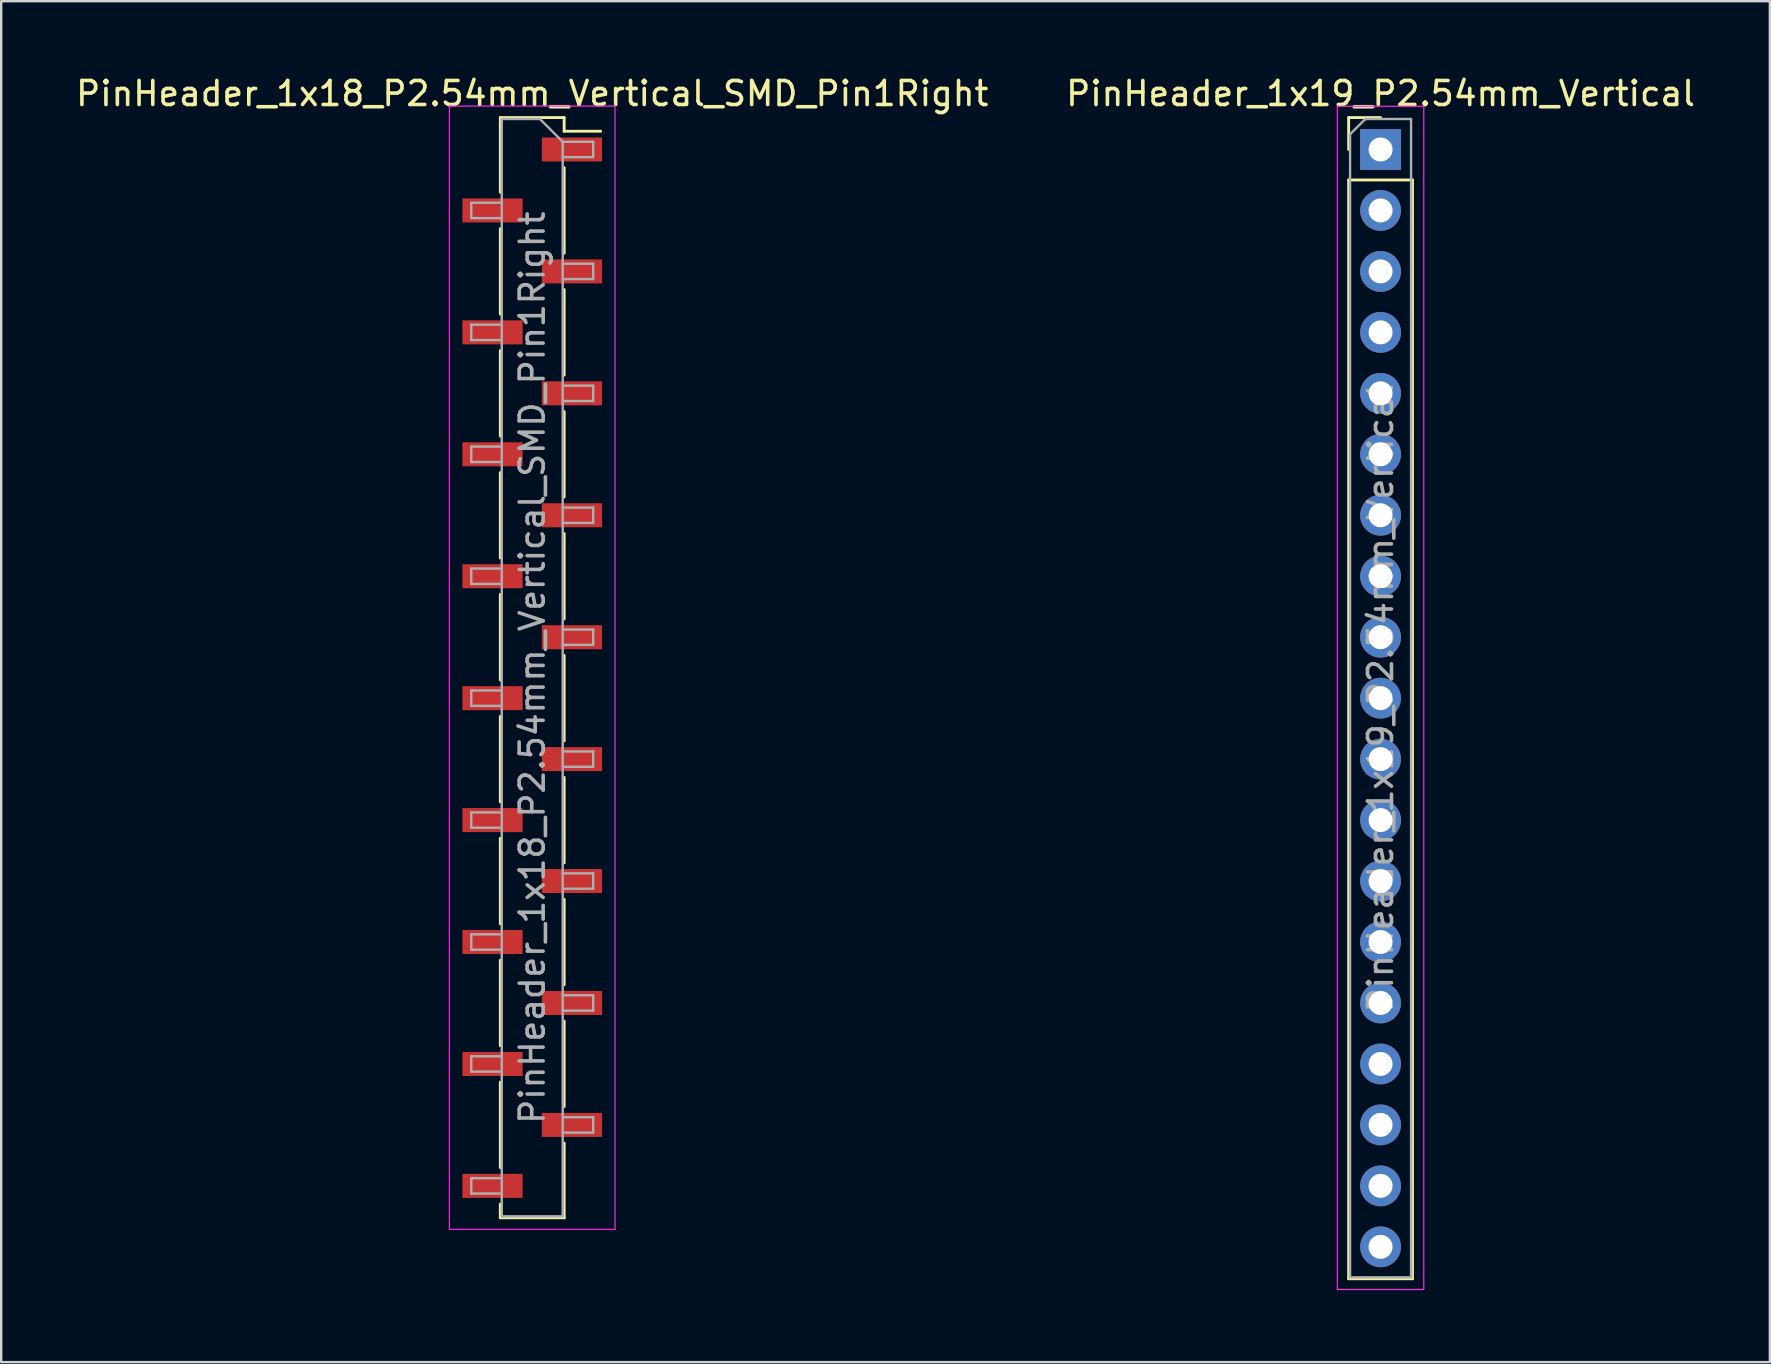
<source format=kicad_pcb>
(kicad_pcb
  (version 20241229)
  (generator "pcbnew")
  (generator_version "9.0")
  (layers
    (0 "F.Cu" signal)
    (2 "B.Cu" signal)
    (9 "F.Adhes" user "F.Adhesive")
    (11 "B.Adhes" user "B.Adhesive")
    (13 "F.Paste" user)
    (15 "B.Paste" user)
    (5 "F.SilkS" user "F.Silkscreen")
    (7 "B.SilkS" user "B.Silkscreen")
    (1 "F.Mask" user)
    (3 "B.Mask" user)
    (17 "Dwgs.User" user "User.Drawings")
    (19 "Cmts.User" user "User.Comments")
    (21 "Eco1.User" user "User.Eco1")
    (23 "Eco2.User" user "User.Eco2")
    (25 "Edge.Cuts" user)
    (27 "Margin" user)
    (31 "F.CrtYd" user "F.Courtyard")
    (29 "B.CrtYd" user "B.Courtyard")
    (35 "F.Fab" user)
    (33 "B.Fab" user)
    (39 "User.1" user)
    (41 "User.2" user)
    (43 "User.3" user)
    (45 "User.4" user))
  (footprint "PinHeader_1x19_P2.54mm_Vertical"
    (layer "F.Cu")
    (at 54.47 3.178)
    (property "Reference" "PinHeader_1x19_P2.54mm_Vertical" (at 0 -2.33 0) (layer "F.SilkS") (effects (font (size 1 1) (thickness 0.15))))
    (attr through_hole)
    (fp_line (start -1.33 -1.33) (end 0 -1.33) (stroke (width 0.12) (type solid)) (layer "F.SilkS"))
    (fp_line (start -1.33 0) (end -1.33 -1.33) (stroke (width 0.12) (type solid)) (layer "F.SilkS"))
    (fp_line (start -1.33 1.27) (end -1.33 47.05) (stroke (width 0.12) (type solid)) (layer "F.SilkS"))
    (fp_line (start -1.33 1.27) (end 1.33 1.27) (stroke (width 0.12) (type solid)) (layer "F.SilkS"))
    (fp_line (start -1.33 47.05) (end 1.33 47.05) (stroke (width 0.12) (type solid)) (layer "F.SilkS"))
    (fp_line (start 1.33 1.27) (end 1.33 47.05) (stroke (width 0.12) (type solid)) (layer "F.SilkS"))
    (fp_line (start -1.8 -1.8) (end -1.8 47.5) (stroke (width 0.05) (type solid)) (layer "F.CrtYd"))
    (fp_line (start -1.8 47.5) (end 1.8 47.5) (stroke (width 0.05) (type solid)) (layer "F.CrtYd"))
    (fp_line (start 1.8 -1.8) (end -1.8 -1.8) (stroke (width 0.05) (type solid)) (layer "F.CrtYd"))
    (fp_line (start 1.8 47.5) (end 1.8 -1.8) (stroke (width 0.05) (type solid)) (layer "F.CrtYd"))
    (fp_line (start -1.27 -0.635) (end -0.635 -1.27) (stroke (width 0.1) (type solid)) (layer "F.Fab"))
    (fp_line (start -1.27 46.99) (end -1.27 -0.635) (stroke (width 0.1) (type solid)) (layer "F.Fab"))
    (fp_line (start -0.635 -1.27) (end 1.27 -1.27) (stroke (width 0.1) (type solid)) (layer "F.Fab"))
    (fp_line (start 1.27 -1.27) (end 1.27 46.99) (stroke (width 0.1) (type solid)) (layer "F.Fab"))
    (fp_line (start 1.27 46.99) (end -1.27 46.99) (stroke (width 0.1) (type solid)) (layer "F.Fab"))
    (fp_text user "${REFERENCE}" (at 0 22.86 90) (layer "F.Fab") (effects (font (size 1 1) (thickness 0.15))))
    (pad "1" thru_hole rect (at 0 0) (size 1.7 1.7) (drill 1) (layers "*.Cu" "*.Mask"))
    (pad "2" thru_hole oval (at 0 2.54) (size 1.7 1.7) (drill 1) (layers "*.Cu" "*.Mask"))
    (pad "3" thru_hole oval (at 0 5.08) (size 1.7 1.7) (drill 1) (layers "*.Cu" "*.Mask"))
    (pad "4" thru_hole oval (at 0 7.62) (size 1.7 1.7) (drill 1) (layers "*.Cu" "*.Mask"))
    (pad "5" thru_hole oval (at 0 10.16) (size 1.7 1.7) (drill 1) (layers "*.Cu" "*.Mask"))
    (pad "6" thru_hole oval (at 0 12.7) (size 1.7 1.7) (drill 1) (layers "*.Cu" "*.Mask"))
    (pad "7" thru_hole oval (at 0 15.24) (size 1.7 1.7) (drill 1) (layers "*.Cu" "*.Mask"))
    (pad "8" thru_hole oval (at 0 17.78) (size 1.7 1.7) (drill 1) (layers "*.Cu" "*.Mask"))
    (pad "9" thru_hole oval (at 0 20.32) (size 1.7 1.7) (drill 1) (layers "*.Cu" "*.Mask"))
    (pad "10" thru_hole oval (at 0 22.86) (size 1.7 1.7) (drill 1) (layers "*.Cu" "*.Mask"))
    (pad "11" thru_hole oval (at 0 25.4) (size 1.7 1.7) (drill 1) (layers "*.Cu" "*.Mask"))
    (pad "12" thru_hole oval (at 0 27.94) (size 1.7 1.7) (drill 1) (layers "*.Cu" "*.Mask"))
    (pad "13" thru_hole oval (at 0 30.48) (size 1.7 1.7) (drill 1) (layers "*.Cu" "*.Mask"))
    (pad "14" thru_hole oval (at 0 33.02) (size 1.7 1.7) (drill 1) (layers "*.Cu" "*.Mask"))
    (pad "15" thru_hole oval (at 0 35.56) (size 1.7 1.7) (drill 1) (layers "*.Cu" "*.Mask"))
    (pad "16" thru_hole oval (at 0 38.1) (size 1.7 1.7) (drill 1) (layers "*.Cu" "*.Mask"))
    (pad "17" thru_hole oval (at 0 40.64) (size 1.7 1.7) (drill 1) (layers "*.Cu" "*.Mask"))
    (pad "18" thru_hole oval (at 0 43.18) (size 1.7 1.7) (drill 1) (layers "*.Cu" "*.Mask"))
    (pad "19" thru_hole oval (at 0 45.72) (size 1.7 1.7) (drill 1) (layers "*.Cu" "*.Mask")))
  (footprint "PinHeader_1x18_P2.54mm_Vertical_SMD_Pin1Right"
    (layer "F.Cu")
    (at 19.125 24.768)
    (property "Reference" "PinHeader_1x18_P2.54mm_Vertical_SMD_Pin1Right" (at 0 -23.92 0) (layer "F.SilkS") (effects (font (size 1 1) (thickness 0.15))))
    (attr smd)
    (fp_line (start -1.33 -22.92) (end -1.33 -19.81) (stroke (width 0.12) (type solid)) (layer "F.SilkS"))
    (fp_line (start -1.33 -22.92) (end 1.33 -22.92) (stroke (width 0.12) (type solid)) (layer "F.SilkS"))
    (fp_line (start -1.33 -18.29) (end -1.33 -14.73) (stroke (width 0.12) (type solid)) (layer "F.SilkS"))
    (fp_line (start -1.33 -13.21) (end -1.33 -9.65) (stroke (width 0.12) (type solid)) (layer "F.SilkS"))
    (fp_line (start -1.33 -8.13) (end -1.33 -4.57) (stroke (width 0.12) (type solid)) (layer "F.SilkS"))
    (fp_line (start -1.33 -3.05) (end -1.33 0.51) (stroke (width 0.12) (type solid)) (layer "F.SilkS"))
    (fp_line (start -1.33 2.03) (end -1.33 5.59) (stroke (width 0.12) (type solid)) (layer "F.SilkS"))
    (fp_line (start -1.33 7.11) (end -1.33 10.67) (stroke (width 0.12) (type solid)) (layer "F.SilkS"))
    (fp_line (start -1.33 12.19) (end -1.33 15.75) (stroke (width 0.12) (type solid)) (layer "F.SilkS"))
    (fp_line (start -1.33 17.27) (end -1.33 20.83) (stroke (width 0.12) (type solid)) (layer "F.SilkS"))
    (fp_line (start -1.33 22.35) (end -1.33 22.92) (stroke (width 0.12) (type solid)) (layer "F.SilkS"))
    (fp_line (start -1.33 22.92) (end 1.33 22.92) (stroke (width 0.12) (type solid)) (layer "F.SilkS"))
    (fp_line (start 1.33 -22.92) (end 1.33 -22.35) (stroke (width 0.12) (type solid)) (layer "F.SilkS"))
    (fp_line (start 1.33 -22.35) (end 2.85 -22.35) (stroke (width 0.12) (type solid)) (layer "F.SilkS"))
    (fp_line (start 1.33 -20.83) (end 1.33 -17.27) (stroke (width 0.12) (type solid)) (layer "F.SilkS"))
    (fp_line (start 1.33 -15.75) (end 1.33 -12.19) (stroke (width 0.12) (type solid)) (layer "F.SilkS"))
    (fp_line (start 1.33 -10.67) (end 1.33 -7.11) (stroke (width 0.12) (type solid)) (layer "F.SilkS"))
    (fp_line (start 1.33 -5.59) (end 1.33 -2.03) (stroke (width 0.12) (type solid)) (layer "F.SilkS"))
    (fp_line (start 1.33 -0.51) (end 1.33 3.05) (stroke (width 0.12) (type solid)) (layer "F.SilkS"))
    (fp_line (start 1.33 4.57) (end 1.33 8.13) (stroke (width 0.12) (type solid)) (layer "F.SilkS"))
    (fp_line (start 1.33 9.65) (end 1.33 13.21) (stroke (width 0.12) (type solid)) (layer "F.SilkS"))
    (fp_line (start 1.33 14.73) (end 1.33 18.29) (stroke (width 0.12) (type solid)) (layer "F.SilkS"))
    (fp_line (start 1.33 19.81) (end 1.33 22.92) (stroke (width 0.12) (type solid)) (layer "F.SilkS"))
    (fp_line (start -3.45 -23.4) (end -3.45 23.4) (stroke (width 0.05) (type solid)) (layer "F.CrtYd"))
    (fp_line (start -3.45 23.4) (end 3.45 23.4) (stroke (width 0.05) (type solid)) (layer "F.CrtYd"))
    (fp_line (start 3.45 -23.4) (end -3.45 -23.4) (stroke (width 0.05) (type solid)) (layer "F.CrtYd"))
    (fp_line (start 3.45 23.4) (end 3.45 -23.4) (stroke (width 0.05) (type solid)) (layer "F.CrtYd"))
    (fp_line (start -2.54 -19.37) (end -2.54 -18.73) (stroke (width 0.1) (type solid)) (layer "F.Fab"))
    (fp_line (start -2.54 -18.73) (end -1.27 -18.73) (stroke (width 0.1) (type solid)) (layer "F.Fab"))
    (fp_line (start -2.54 -14.29) (end -2.54 -13.65) (stroke (width 0.1) (type solid)) (layer "F.Fab"))
    (fp_line (start -2.54 -13.65) (end -1.27 -13.65) (stroke (width 0.1) (type solid)) (layer "F.Fab"))
    (fp_line (start -2.54 -9.21) (end -2.54 -8.57) (stroke (width 0.1) (type solid)) (layer "F.Fab"))
    (fp_line (start -2.54 -8.57) (end -1.27 -8.57) (stroke (width 0.1) (type solid)) (layer "F.Fab"))
    (fp_line (start -2.54 -4.13) (end -2.54 -3.49) (stroke (width 0.1) (type solid)) (layer "F.Fab"))
    (fp_line (start -2.54 -3.49) (end -1.27 -3.49) (stroke (width 0.1) (type solid)) (layer "F.Fab"))
    (fp_line (start -2.54 0.95) (end -2.54 1.59) (stroke (width 0.1) (type solid)) (layer "F.Fab"))
    (fp_line (start -2.54 1.59) (end -1.27 1.59) (stroke (width 0.1) (type solid)) (layer "F.Fab"))
    (fp_line (start -2.54 6.03) (end -2.54 6.67) (stroke (width 0.1) (type solid)) (layer "F.Fab"))
    (fp_line (start -2.54 6.67) (end -1.27 6.67) (stroke (width 0.1) (type solid)) (layer "F.Fab"))
    (fp_line (start -2.54 11.11) (end -2.54 11.75) (stroke (width 0.1) (type solid)) (layer "F.Fab"))
    (fp_line (start -2.54 11.75) (end -1.27 11.75) (stroke (width 0.1) (type solid)) (layer "F.Fab"))
    (fp_line (start -2.54 16.19) (end -2.54 16.83) (stroke (width 0.1) (type solid)) (layer "F.Fab"))
    (fp_line (start -2.54 16.83) (end -1.27 16.83) (stroke (width 0.1) (type solid)) (layer "F.Fab"))
    (fp_line (start -2.54 21.27) (end -2.54 21.91) (stroke (width 0.1) (type solid)) (layer "F.Fab"))
    (fp_line (start -2.54 21.91) (end -1.27 21.91) (stroke (width 0.1) (type solid)) (layer "F.Fab"))
    (fp_line (start -1.27 -22.86) (end -1.27 22.86) (stroke (width 0.1) (type solid)) (layer "F.Fab"))
    (fp_line (start -1.27 -22.86) (end 0.32 -22.86) (stroke (width 0.1) (type solid)) (layer "F.Fab"))
    (fp_line (start -1.27 -19.37) (end -2.54 -19.37) (stroke (width 0.1) (type solid)) (layer "F.Fab"))
    (fp_line (start -1.27 -14.29) (end -2.54 -14.29) (stroke (width 0.1) (type solid)) (layer "F.Fab"))
    (fp_line (start -1.27 -9.21) (end -2.54 -9.21) (stroke (width 0.1) (type solid)) (layer "F.Fab"))
    (fp_line (start -1.27 -4.13) (end -2.54 -4.13) (stroke (width 0.1) (type solid)) (layer "F.Fab"))
    (fp_line (start -1.27 0.95) (end -2.54 0.95) (stroke (width 0.1) (type solid)) (layer "F.Fab"))
    (fp_line (start -1.27 6.03) (end -2.54 6.03) (stroke (width 0.1) (type solid)) (layer "F.Fab"))
    (fp_line (start -1.27 11.11) (end -2.54 11.11) (stroke (width 0.1) (type solid)) (layer "F.Fab"))
    (fp_line (start -1.27 16.19) (end -2.54 16.19) (stroke (width 0.1) (type solid)) (layer "F.Fab"))
    (fp_line (start -1.27 21.27) (end -2.54 21.27) (stroke (width 0.1) (type solid)) (layer "F.Fab"))
    (fp_line (start 1.27 -21.91) (end 0.32 -22.86) (stroke (width 0.1) (type solid)) (layer "F.Fab"))
    (fp_line (start 1.27 -21.91) (end 2.54 -21.91) (stroke (width 0.1) (type solid)) (layer "F.Fab"))
    (fp_line (start 1.27 -16.83) (end 2.54 -16.83) (stroke (width 0.1) (type solid)) (layer "F.Fab"))
    (fp_line (start 1.27 -11.75) (end 2.54 -11.75) (stroke (width 0.1) (type solid)) (layer "F.Fab"))
    (fp_line (start 1.27 -6.67) (end 2.54 -6.67) (stroke (width 0.1) (type solid)) (layer "F.Fab"))
    (fp_line (start 1.27 -1.59) (end 2.54 -1.59) (stroke (width 0.1) (type solid)) (layer "F.Fab"))
    (fp_line (start 1.27 3.49) (end 2.54 3.49) (stroke (width 0.1) (type solid)) (layer "F.Fab"))
    (fp_line (start 1.27 8.57) (end 2.54 8.57) (stroke (width 0.1) (type solid)) (layer "F.Fab"))
    (fp_line (start 1.27 13.65) (end 2.54 13.65) (stroke (width 0.1) (type solid)) (layer "F.Fab"))
    (fp_line (start 1.27 18.73) (end 2.54 18.73) (stroke (width 0.1) (type solid)) (layer "F.Fab"))
    (fp_line (start 1.27 22.86) (end -1.27 22.86) (stroke (width 0.1) (type solid)) (layer "F.Fab"))
    (fp_line (start 1.27 22.86) (end 1.27 -21.91) (stroke (width 0.1) (type solid)) (layer "F.Fab"))
    (fp_line (start 2.54 -21.91) (end 2.54 -21.27) (stroke (width 0.1) (type solid)) (layer "F.Fab"))
    (fp_line (start 2.54 -21.27) (end 1.27 -21.27) (stroke (width 0.1) (type solid)) (layer "F.Fab"))
    (fp_line (start 2.54 -16.83) (end 2.54 -16.19) (stroke (width 0.1) (type solid)) (layer "F.Fab"))
    (fp_line (start 2.54 -16.19) (end 1.27 -16.19) (stroke (width 0.1) (type solid)) (layer "F.Fab"))
    (fp_line (start 2.54 -11.75) (end 2.54 -11.11) (stroke (width 0.1) (type solid)) (layer "F.Fab"))
    (fp_line (start 2.54 -11.11) (end 1.27 -11.11) (stroke (width 0.1) (type solid)) (layer "F.Fab"))
    (fp_line (start 2.54 -6.67) (end 2.54 -6.03) (stroke (width 0.1) (type solid)) (layer "F.Fab"))
    (fp_line (start 2.54 -6.03) (end 1.27 -6.03) (stroke (width 0.1) (type solid)) (layer "F.Fab"))
    (fp_line (start 2.54 -1.59) (end 2.54 -0.95) (stroke (width 0.1) (type solid)) (layer "F.Fab"))
    (fp_line (start 2.54 -0.95) (end 1.27 -0.95) (stroke (width 0.1) (type solid)) (layer "F.Fab"))
    (fp_line (start 2.54 3.49) (end 2.54 4.13) (stroke (width 0.1) (type solid)) (layer "F.Fab"))
    (fp_line (start 2.54 4.13) (end 1.27 4.13) (stroke (width 0.1) (type solid)) (layer "F.Fab"))
    (fp_line (start 2.54 8.57) (end 2.54 9.21) (stroke (width 0.1) (type solid)) (layer "F.Fab"))
    (fp_line (start 2.54 9.21) (end 1.27 9.21) (stroke (width 0.1) (type solid)) (layer "F.Fab"))
    (fp_line (start 2.54 13.65) (end 2.54 14.29) (stroke (width 0.1) (type solid)) (layer "F.Fab"))
    (fp_line (start 2.54 14.29) (end 1.27 14.29) (stroke (width 0.1) (type solid)) (layer "F.Fab"))
    (fp_line (start 2.54 18.73) (end 2.54 19.37) (stroke (width 0.1) (type solid)) (layer "F.Fab"))
    (fp_line (start 2.54 19.37) (end 1.27 19.37) (stroke (width 0.1) (type solid)) (layer "F.Fab"))
    (fp_text user "${REFERENCE}" (at 0 0 90) (layer "F.Fab") (effects (font (size 1 1) (thickness 0.15))))
    (pad "1" smd rect (at 1.655 -21.59) (size 2.51 1) (layers "F.Cu" "F.Mask" "F.Paste"))
    (pad "2" smd rect (at -1.655 -19.05) (size 2.51 1) (layers "F.Cu" "F.Mask" "F.Paste"))
    (pad "3" smd rect (at 1.655 -16.51) (size 2.51 1) (layers "F.Cu" "F.Mask" "F.Paste"))
    (pad "4" smd rect (at -1.655 -13.97) (size 2.51 1) (layers "F.Cu" "F.Mask" "F.Paste"))
    (pad "5" smd rect (at 1.655 -11.43) (size 2.51 1) (layers "F.Cu" "F.Mask" "F.Paste"))
    (pad "6" smd rect (at -1.655 -8.89) (size 2.51 1) (layers "F.Cu" "F.Mask" "F.Paste"))
    (pad "7" smd rect (at 1.655 -6.35) (size 2.51 1) (layers "F.Cu" "F.Mask" "F.Paste"))
    (pad "8" smd rect (at -1.655 -3.81) (size 2.51 1) (layers "F.Cu" "F.Mask" "F.Paste"))
    (pad "9" smd rect (at 1.655 -1.27) (size 2.51 1) (layers "F.Cu" "F.Mask" "F.Paste"))
    (pad "10" smd rect (at -1.655 1.27) (size 2.51 1) (layers "F.Cu" "F.Mask" "F.Paste"))
    (pad "11" smd rect (at 1.655 3.81) (size 2.51 1) (layers "F.Cu" "F.Mask" "F.Paste"))
    (pad "12" smd rect (at -1.655 6.35) (size 2.51 1) (layers "F.Cu" "F.Mask" "F.Paste"))
    (pad "13" smd rect (at 1.655 8.89) (size 2.51 1) (layers "F.Cu" "F.Mask" "F.Paste"))
    (pad "14" smd rect (at -1.655 11.43) (size 2.51 1) (layers "F.Cu" "F.Mask" "F.Paste"))
    (pad "15" smd rect (at 1.655 13.97) (size 2.51 1) (layers "F.Cu" "F.Mask" "F.Paste"))
    (pad "16" smd rect (at -1.655 16.51) (size 2.51 1) (layers "F.Cu" "F.Mask" "F.Paste"))
    (pad "17" smd rect (at 1.655 19.05) (size 2.51 1) (layers "F.Cu" "F.Mask" "F.Paste"))
    (pad "18" smd rect (at -1.655 21.59) (size 2.51 1) (layers "F.Cu" "F.Mask" "F.Paste")))
  (gr_rect
    (start -3 -3)
    (end 70.69 53.703)
    (stroke (width 0.1) (type default))
    (fill no)
    (layer "Edge.Cuts")))
</source>
